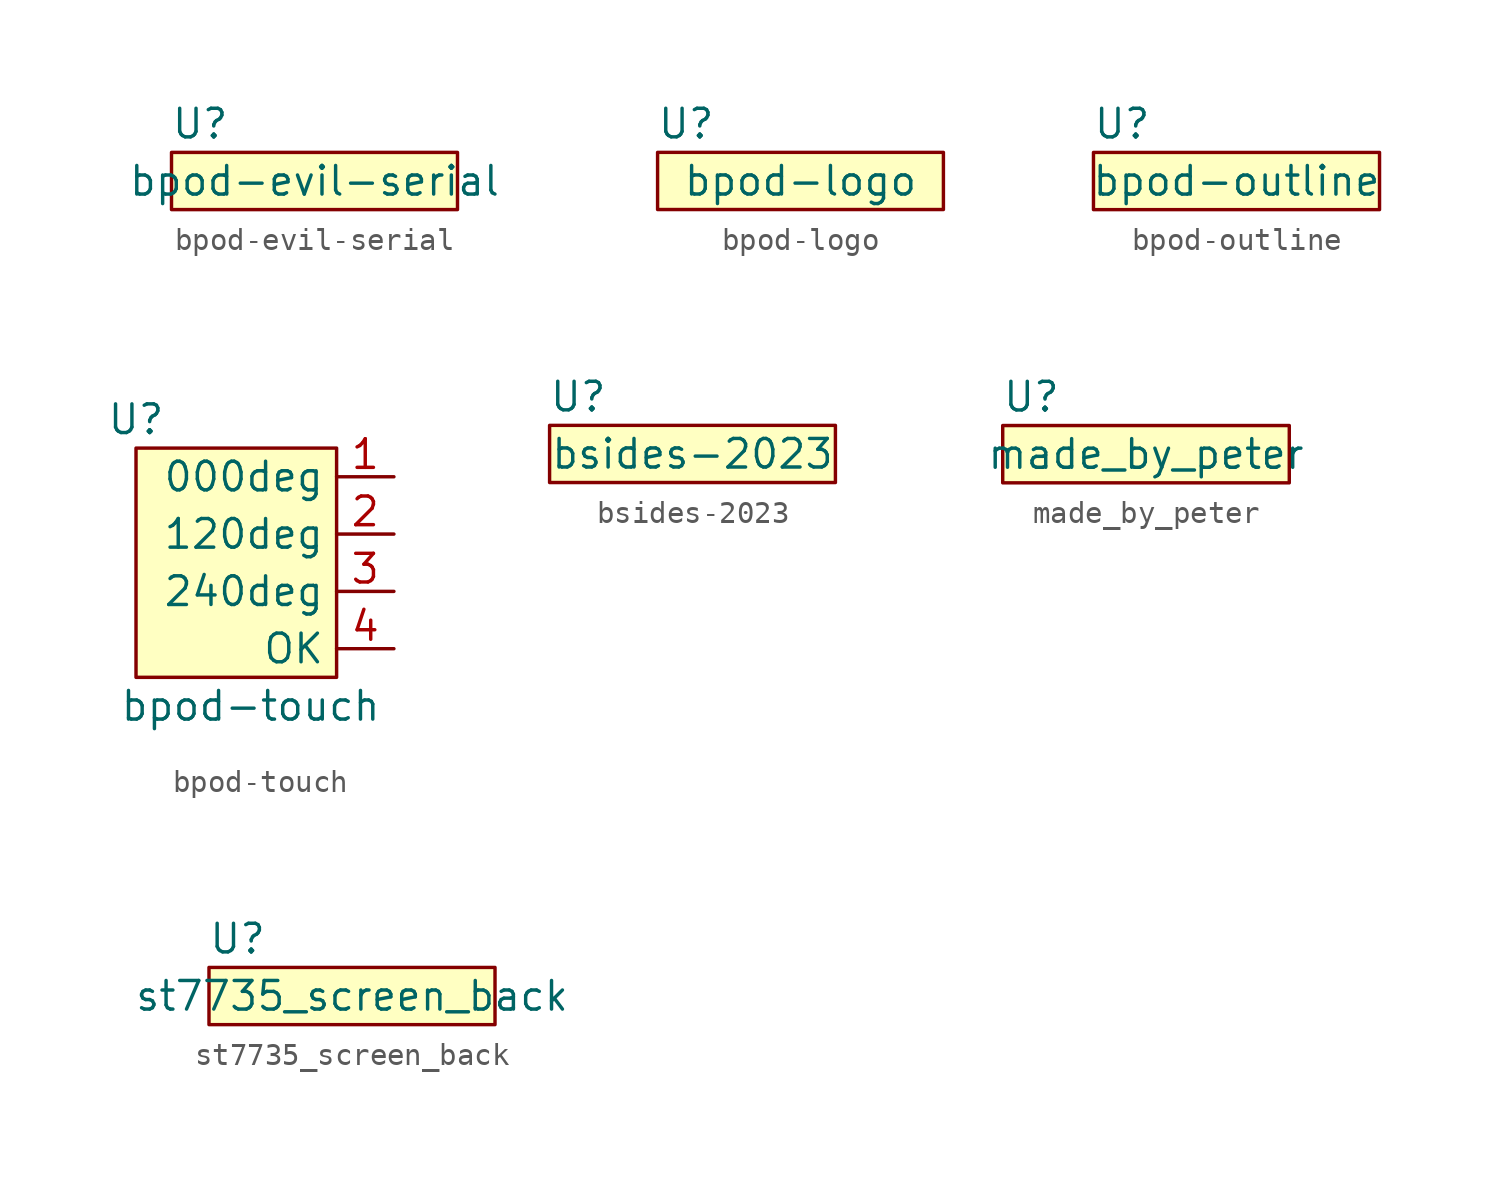
<source format=kicad_sym>
(kicad_symbol_lib
  (version 20211014)
  (generator kicad_symbol_editor)
  (symbol "bpod-evil-serial"
    (property "Reference" "U"
      (at -5.08 2.54 0)
      (effects (font (size 1.27 1.27))))
    (property "Value" "bpod-evil-serial"
      (at 0 0 0)
      (effects (font (size 1.27 1.27))))
    (symbol "bpod-evil-serial_0_1"
      (rectangle (start -6.35 1.27) (end 6.35 -1.27) (stroke (width 0) (type default) (color 0 0 0 0)) (fill (type background)))))
  (symbol "bpod-logo"
    (property "Reference" "U"
      (at -5.08 2.54 0)
      (effects (font (size 1.27 1.27))))
    (property "Value" "bpod-logo"
      (at 0 0 0)
      (effects (font (size 1.27 1.27))))
    (symbol "bpod-logo_0_1"
      (rectangle (start -6.35 1.27) (end 6.35 -1.27) (stroke (width 0) (type default) (color 0 0 0 0)) (fill (type background)))))
  (symbol "bpod-outline"
    (property "Reference" "U"
      (at -5.08 2.54 0)
      (effects (font (size 1.27 1.27))))
    (property "Value" "bpod-outline"
      (at 0 0 0)
      (effects (font (size 1.27 1.27))))
    (symbol "bpod-outline_0_1"
      (rectangle (start -6.35 1.27) (end 6.35 -1.27) (stroke (width 0) (type default) (color 0 0 0 0)) (fill (type background)))))
  (symbol "bpod-touch"
    (property "Reference" "U"
      (at -5.08 6.35 0)
      (effects (font (size 1.27 1.27))))
    (property "Value" "bpod-touch"
      (at 0 -6.35 0)
      (effects (font (size 1.27 1.27))))
    (symbol "bpod-touch_0_1"
      (rectangle (start 3.81 5.08) (end -5.08 -5.08) (stroke (width 0) (type default) (color 0 0 0 0)) (fill (type background))))
    (symbol "bpod-touch_1_1"
      (pin passive line (at 6.35 3.81 180) (length 2.54) (name "000deg" (effects (font (size 1.27 1.27)))) (number "1" (effects (font (size 1.27 1.27)))))
      (pin passive line (at 6.35 1.27 180) (length 2.54) (name "120deg" (effects (font (size 1.27 1.27)))) (number "2" (effects (font (size 1.27 1.27)))))
      (pin passive line (at 6.35 -1.27 180) (length 2.54) (name "240deg" (effects (font (size 1.27 1.27)))) (number "3" (effects (font (size 1.27 1.27)))))
      (pin passive line (at 6.35 -3.81 180) (length 2.54) (name "OK" (effects (font (size 1.27 1.27)))) (number "4" (effects (font (size 1.27 1.27)))))))
  (symbol "bsides-2023"
    (property "Reference" "U"
      (at -5.08 2.54 0)
      (effects (font (size 1.27 1.27))))
    (property "Value" "bsides-2023"
      (at 0 0 0)
      (effects (font (size 1.27 1.27))))
    (symbol "bsides-2023_0_1"
      (rectangle (start -6.35 1.27) (end 6.35 -1.27) (stroke (width 0) (type default) (color 0 0 0 0)) (fill (type background)))))
  (symbol "made_by_peter"
    (property "Reference" "U"
      (at -5.08 2.54 0)
      (effects (font (size 1.27 1.27))))
    (property "Value" "made_by_peter"
      (at 0 0 0)
      (effects (font (size 1.27 1.27))))
    (symbol "made_by_peter_0_1"
      (rectangle (start -6.35 1.27) (end 6.35 -1.27) (stroke (width 0) (type default) (color 0 0 0 0)) (fill (type background)))))
  (symbol "st7735_screen_back"
    (property "Reference" "U"
      (at -5.08 2.54 0)
      (effects (font (size 1.27 1.27))))
    (property "Value" "st7735_screen_back"
      (at 0 0 0)
      (effects (font (size 1.27 1.27))))
    (symbol "st7735_screen_back_0_1"
      (rectangle (start -6.35 1.27) (end 6.35 -1.27) (stroke (width 0) (type default) (color 0 0 0 0)) (fill (type background))))))
</source>
